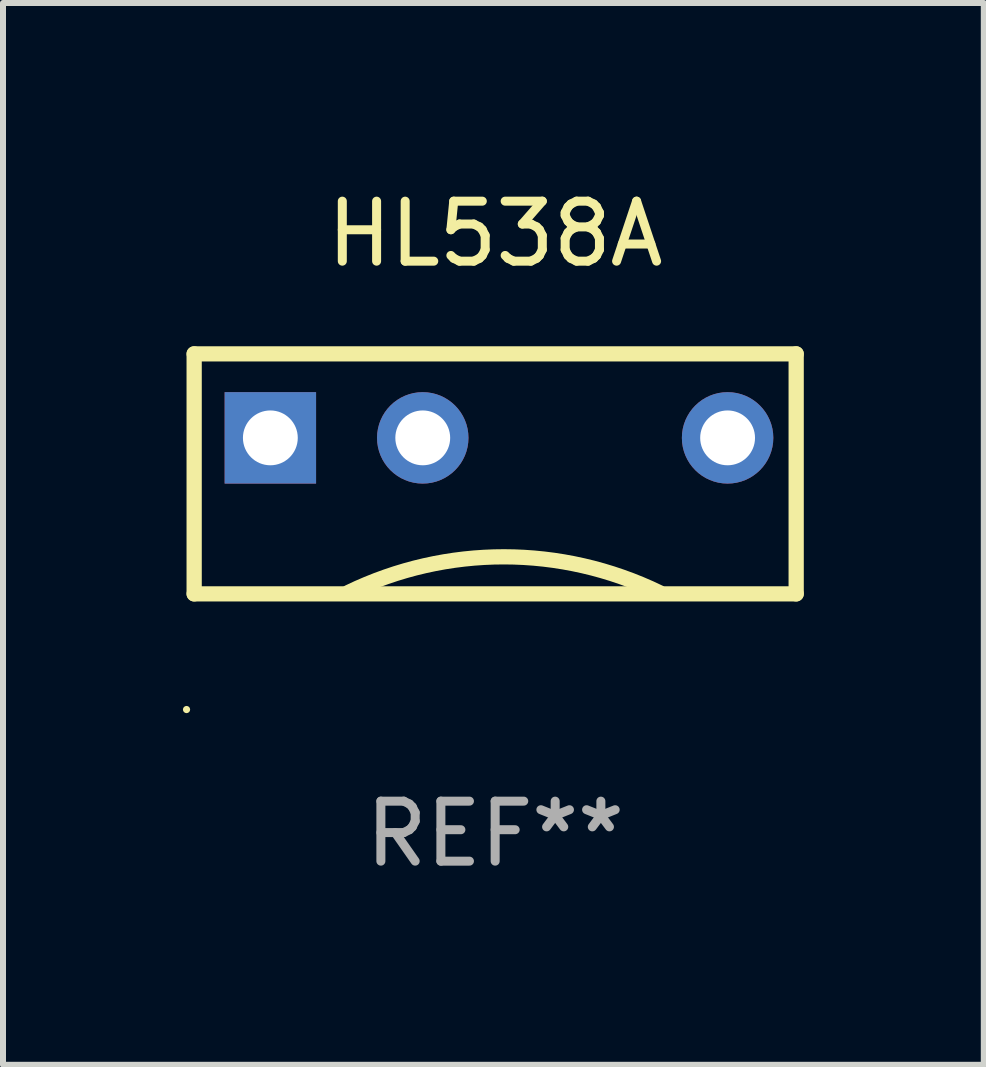
<source format=kicad_pcb>
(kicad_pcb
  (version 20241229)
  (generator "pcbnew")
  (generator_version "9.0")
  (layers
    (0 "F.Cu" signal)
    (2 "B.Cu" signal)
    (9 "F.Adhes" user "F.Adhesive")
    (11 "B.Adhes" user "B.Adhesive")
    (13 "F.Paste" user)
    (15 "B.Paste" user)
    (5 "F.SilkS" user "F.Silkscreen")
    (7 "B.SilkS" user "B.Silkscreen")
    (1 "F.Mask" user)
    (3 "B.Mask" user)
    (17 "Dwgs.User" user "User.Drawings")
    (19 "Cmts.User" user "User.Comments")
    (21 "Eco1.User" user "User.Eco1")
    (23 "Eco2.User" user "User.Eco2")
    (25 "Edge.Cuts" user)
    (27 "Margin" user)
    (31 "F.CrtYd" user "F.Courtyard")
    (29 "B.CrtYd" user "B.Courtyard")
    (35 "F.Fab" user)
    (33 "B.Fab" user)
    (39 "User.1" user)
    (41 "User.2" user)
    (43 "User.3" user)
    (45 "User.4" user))
  (footprint "HL538A"
    (layer "F.Cu")
    (at 5.203 4.848)
    (property "Reference" "HL538A" (at 0 -4 0) (layer "F.SilkS") (effects (font (size 1 1) (thickness 0.15))))
    (attr through_hole)
    (fp_line (start -5.017 -2) (end -5.017 2) (stroke (width 0.254) (type solid)) (layer "F.SilkS"))
    (fp_line (start -5.017 -2) (end 5.017 -2) (stroke (width 0.254) (type solid)) (layer "F.SilkS"))
    (fp_line (start -5.017 2) (end 5.017 2) (stroke (width 0.254) (type solid)) (layer "F.SilkS"))
    (fp_line (start 5.017 -2) (end 5.017 2) (stroke (width 0.254) (type solid)) (layer "F.SilkS"))
    (fp_arc (start -2.443536 1.975286) (mid 0.14631 1.382563) (end 2.735433 1.978435) (stroke (width 0.254001) (type solid)) (layer "F.SilkS"))
    (fp_circle (center -5.144 3.928) (end -5.114 3.928) (stroke (width 0.06) (type solid)) (fill no) (layer "F.SilkS"))
    (fp_text user "REF**" (at 0 6 0) (layer "F.Fab") (effects (font (size 1 1) (thickness 0.15))))
    (pad "1" thru_hole rect (at -3.747 -0.6) (size 1.524 1.524) (drill 0.914) (layers "*.Cu" "*.Mask"))
    (pad "2" thru_hole circle (at -1.207 -0.6) (size 1.524 1.524) (drill 0.914) (layers "*.Cu" "*.Mask"))
    (pad "3" thru_hole circle (at 3.874 -0.6) (size 1.524 1.524) (drill 0.914) (layers "*.Cu" "*.Mask")))
  (gr_rect
    (start -3 -3)
    (end 13.347 14.697)
    (stroke (width 0.1) (type default))
    (fill no)
    (layer "Edge.Cuts")))
</source>
